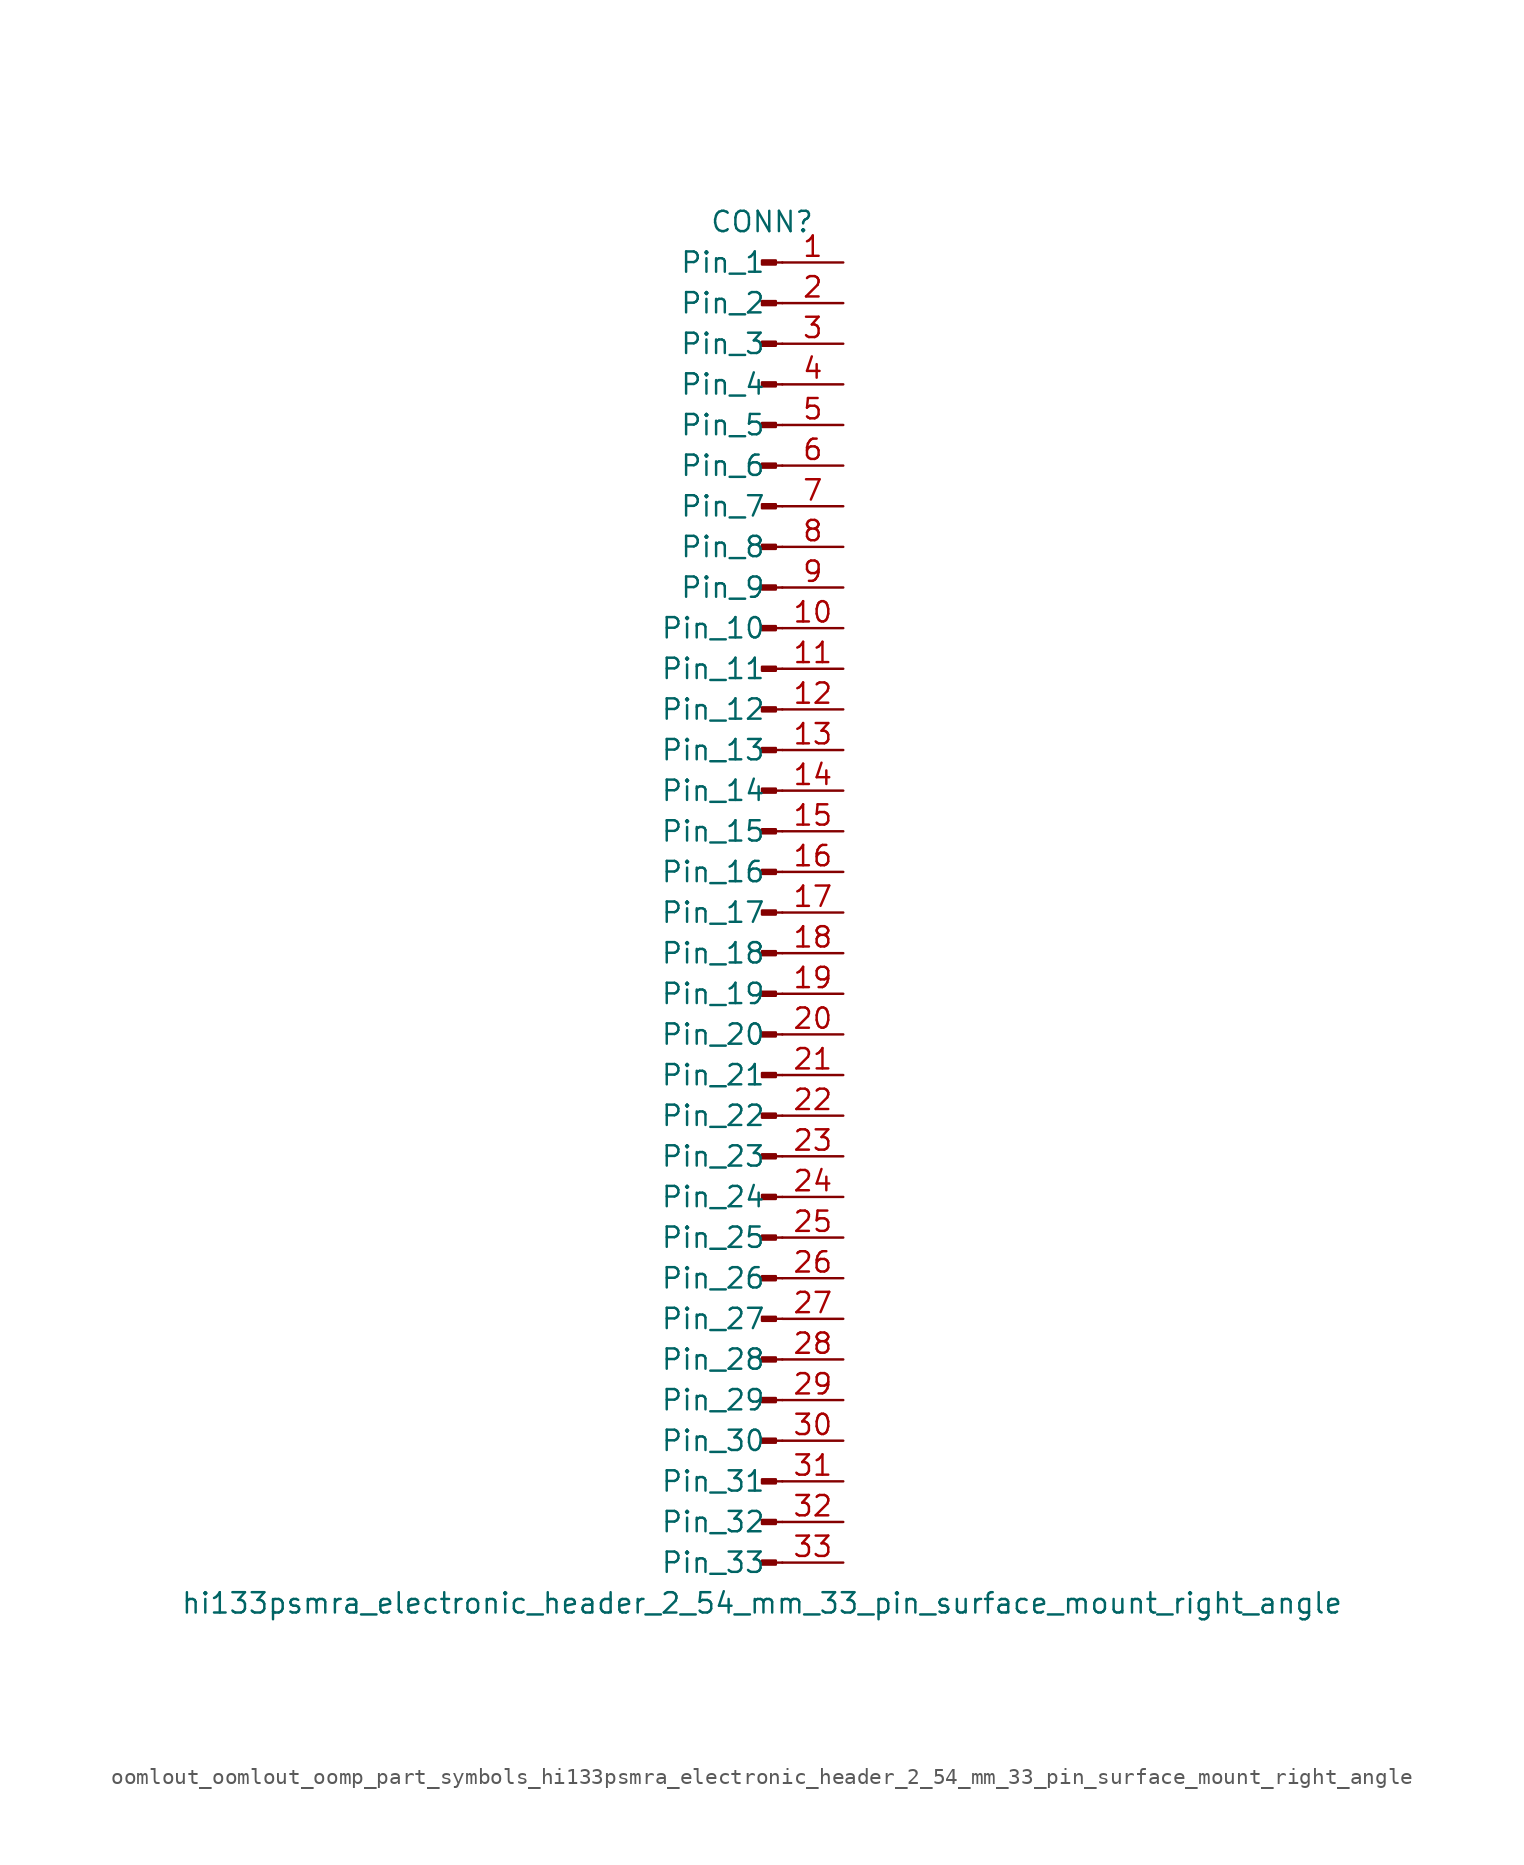
<source format=kicad_sym>
(kicad_symbol_lib
  (version 20220914)
  (generator kicad_symbol_editor)
  (symbol "oomlout_oomlout_oomp_part_symbols_hi133psmra_electronic_header_2_54_mm_33_pin_surface_mount_right_angle"
    (pin_names
      (offset 1.016))
    (property "Reference" "CONN"
      (at 0 43.18 0)
      (effects (font (size 1.27 1.27))))
    (property "Value" "hi133psmra_electronic_header_2_54_mm_33_pin_surface_mount_right_angle"
      (at 0 -43.18 0)
      (effects (font (size 1.27 1.27))))
    (property "ki_locked" ""
      (at 0 0 0)
      (effects (font (size 1.27 1.27))))
    (symbol "oomlout_oomlout_oomp_part_symbols_hi133psmra_electronic_header_2_54_mm_33_pin_surface_mount_right_angle_1_1"
      (polyline (pts (xy 1.27 -40.64) (xy 0.864 -40.64)) (stroke (width 0.152) (type default)) (fill (type none)))
      (polyline (pts (xy 1.27 -38.1) (xy 0.864 -38.1)) (stroke (width 0.152) (type default)) (fill (type none)))
      (polyline (pts (xy 1.27 -35.56) (xy 0.864 -35.56)) (stroke (width 0.152) (type default)) (fill (type none)))
      (polyline (pts (xy 1.27 -33.02) (xy 0.864 -33.02)) (stroke (width 0.152) (type default)) (fill (type none)))
      (polyline (pts (xy 1.27 -30.48) (xy 0.864 -30.48)) (stroke (width 0.152) (type default)) (fill (type none)))
      (polyline (pts (xy 1.27 -27.94) (xy 0.864 -27.94)) (stroke (width 0.152) (type default)) (fill (type none)))
      (polyline (pts (xy 1.27 -25.4) (xy 0.864 -25.4)) (stroke (width 0.152) (type default)) (fill (type none)))
      (polyline (pts (xy 1.27 -22.86) (xy 0.864 -22.86)) (stroke (width 0.152) (type default)) (fill (type none)))
      (polyline (pts (xy 1.27 -20.32) (xy 0.864 -20.32)) (stroke (width 0.152) (type default)) (fill (type none)))
      (polyline (pts (xy 1.27 -17.78) (xy 0.864 -17.78)) (stroke (width 0.152) (type default)) (fill (type none)))
      (polyline (pts (xy 1.27 -15.24) (xy 0.864 -15.24)) (stroke (width 0.152) (type default)) (fill (type none)))
      (polyline (pts (xy 1.27 -12.7) (xy 0.864 -12.7)) (stroke (width 0.152) (type default)) (fill (type none)))
      (polyline (pts (xy 1.27 -10.16) (xy 0.864 -10.16)) (stroke (width 0.152) (type default)) (fill (type none)))
      (polyline (pts (xy 1.27 -7.62) (xy 0.864 -7.62)) (stroke (width 0.152) (type default)) (fill (type none)))
      (polyline (pts (xy 1.27 -5.08) (xy 0.864 -5.08)) (stroke (width 0.152) (type default)) (fill (type none)))
      (polyline (pts (xy 1.27 -2.54) (xy 0.864 -2.54)) (stroke (width 0.152) (type default)) (fill (type none)))
      (polyline (pts (xy 1.27 0) (xy 0.864 0)) (stroke (width 0.152) (type default)) (fill (type none)))
      (polyline (pts (xy 1.27 2.54) (xy 0.864 2.54)) (stroke (width 0.152) (type default)) (fill (type none)))
      (polyline (pts (xy 1.27 5.08) (xy 0.864 5.08)) (stroke (width 0.152) (type default)) (fill (type none)))
      (polyline (pts (xy 1.27 7.62) (xy 0.864 7.62)) (stroke (width 0.152) (type default)) (fill (type none)))
      (polyline (pts (xy 1.27 10.16) (xy 0.864 10.16)) (stroke (width 0.152) (type default)) (fill (type none)))
      (polyline (pts (xy 1.27 12.7) (xy 0.864 12.7)) (stroke (width 0.152) (type default)) (fill (type none)))
      (polyline (pts (xy 1.27 15.24) (xy 0.864 15.24)) (stroke (width 0.152) (type default)) (fill (type none)))
      (polyline (pts (xy 1.27 17.78) (xy 0.864 17.78)) (stroke (width 0.152) (type default)) (fill (type none)))
      (polyline (pts (xy 1.27 20.32) (xy 0.864 20.32)) (stroke (width 0.152) (type default)) (fill (type none)))
      (polyline (pts (xy 1.27 22.86) (xy 0.864 22.86)) (stroke (width 0.152) (type default)) (fill (type none)))
      (polyline (pts (xy 1.27 25.4) (xy 0.864 25.4)) (stroke (width 0.152) (type default)) (fill (type none)))
      (polyline (pts (xy 1.27 27.94) (xy 0.864 27.94)) (stroke (width 0.152) (type default)) (fill (type none)))
      (polyline (pts (xy 1.27 30.48) (xy 0.864 30.48)) (stroke (width 0.152) (type default)) (fill (type none)))
      (polyline (pts (xy 1.27 33.02) (xy 0.864 33.02)) (stroke (width 0.152) (type default)) (fill (type none)))
      (polyline (pts (xy 1.27 35.56) (xy 0.864 35.56)) (stroke (width 0.152) (type default)) (fill (type none)))
      (polyline (pts (xy 1.27 38.1) (xy 0.864 38.1)) (stroke (width 0.152) (type default)) (fill (type none)))
      (polyline (pts (xy 1.27 40.64) (xy 0.864 40.64)) (stroke (width 0.152) (type default)) (fill (type none)))
      (rectangle (start 0.864 -40.513) (end 0 -40.767) (stroke (width 0.152) (type default)) (fill (type outline)))
      (rectangle (start 0.864 -37.973) (end 0 -38.227) (stroke (width 0.152) (type default)) (fill (type outline)))
      (rectangle (start 0.864 -35.433) (end 0 -35.687) (stroke (width 0.152) (type default)) (fill (type outline)))
      (rectangle (start 0.864 -32.893) (end 0 -33.147) (stroke (width 0.152) (type default)) (fill (type outline)))
      (rectangle (start 0.864 -30.353) (end 0 -30.607) (stroke (width 0.152) (type default)) (fill (type outline)))
      (rectangle (start 0.864 -27.813) (end 0 -28.067) (stroke (width 0.152) (type default)) (fill (type outline)))
      (rectangle (start 0.864 -25.273) (end 0 -25.527) (stroke (width 0.152) (type default)) (fill (type outline)))
      (rectangle (start 0.864 -22.733) (end 0 -22.987) (stroke (width 0.152) (type default)) (fill (type outline)))
      (rectangle (start 0.864 -20.193) (end 0 -20.447) (stroke (width 0.152) (type default)) (fill (type outline)))
      (rectangle (start 0.864 -17.653) (end 0 -17.907) (stroke (width 0.152) (type default)) (fill (type outline)))
      (rectangle (start 0.864 -15.113) (end 0 -15.367) (stroke (width 0.152) (type default)) (fill (type outline)))
      (rectangle (start 0.864 -12.573) (end 0 -12.827) (stroke (width 0.152) (type default)) (fill (type outline)))
      (rectangle (start 0.864 -10.033) (end 0 -10.287) (stroke (width 0.152) (type default)) (fill (type outline)))
      (rectangle (start 0.864 -7.493) (end 0 -7.747) (stroke (width 0.152) (type default)) (fill (type outline)))
      (rectangle (start 0.864 -4.953) (end 0 -5.207) (stroke (width 0.152) (type default)) (fill (type outline)))
      (rectangle (start 0.864 -2.413) (end 0 -2.667) (stroke (width 0.152) (type default)) (fill (type outline)))
      (rectangle (start 0.864 0.127) (end 0 -0.127) (stroke (width 0.152) (type default)) (fill (type outline)))
      (rectangle (start 0.864 2.667) (end 0 2.413) (stroke (width 0.152) (type default)) (fill (type outline)))
      (rectangle (start 0.864 5.207) (end 0 4.953) (stroke (width 0.152) (type default)) (fill (type outline)))
      (rectangle (start 0.864 7.747) (end 0 7.493) (stroke (width 0.152) (type default)) (fill (type outline)))
      (rectangle (start 0.864 10.287) (end 0 10.033) (stroke (width 0.152) (type default)) (fill (type outline)))
      (rectangle (start 0.864 12.827) (end 0 12.573) (stroke (width 0.152) (type default)) (fill (type outline)))
      (rectangle (start 0.864 15.367) (end 0 15.113) (stroke (width 0.152) (type default)) (fill (type outline)))
      (rectangle (start 0.864 17.907) (end 0 17.653) (stroke (width 0.152) (type default)) (fill (type outline)))
      (rectangle (start 0.864 20.447) (end 0 20.193) (stroke (width 0.152) (type default)) (fill (type outline)))
      (rectangle (start 0.864 22.987) (end 0 22.733) (stroke (width 0.152) (type default)) (fill (type outline)))
      (rectangle (start 0.864 25.527) (end 0 25.273) (stroke (width 0.152) (type default)) (fill (type outline)))
      (rectangle (start 0.864 28.067) (end 0 27.813) (stroke (width 0.152) (type default)) (fill (type outline)))
      (rectangle (start 0.864 30.607) (end 0 30.353) (stroke (width 0.152) (type default)) (fill (type outline)))
      (rectangle (start 0.864 33.147) (end 0 32.893) (stroke (width 0.152) (type default)) (fill (type outline)))
      (rectangle (start 0.864 35.687) (end 0 35.433) (stroke (width 0.152) (type default)) (fill (type outline)))
      (rectangle (start 0.864 38.227) (end 0 37.973) (stroke (width 0.152) (type default)) (fill (type outline)))
      (rectangle (start 0.864 40.767) (end 0 40.513) (stroke (width 0.152) (type default)) (fill (type outline)))
      (pin passive line (at 5.08 40.64 180) (length 3.81) (name "Pin_1" (effects (font (size 1.27 1.27)))) (number "1" (effects (font (size 1.27 1.27)))))
      (pin passive line (at 5.08 17.78 180) (length 3.81) (name "Pin_10" (effects (font (size 1.27 1.27)))) (number "10" (effects (font (size 1.27 1.27)))))
      (pin passive line (at 5.08 15.24 180) (length 3.81) (name "Pin_11" (effects (font (size 1.27 1.27)))) (number "11" (effects (font (size 1.27 1.27)))))
      (pin passive line (at 5.08 12.7 180) (length 3.81) (name "Pin_12" (effects (font (size 1.27 1.27)))) (number "12" (effects (font (size 1.27 1.27)))))
      (pin passive line (at 5.08 10.16 180) (length 3.81) (name "Pin_13" (effects (font (size 1.27 1.27)))) (number "13" (effects (font (size 1.27 1.27)))))
      (pin passive line (at 5.08 7.62 180) (length 3.81) (name "Pin_14" (effects (font (size 1.27 1.27)))) (number "14" (effects (font (size 1.27 1.27)))))
      (pin passive line (at 5.08 5.08 180) (length 3.81) (name "Pin_15" (effects (font (size 1.27 1.27)))) (number "15" (effects (font (size 1.27 1.27)))))
      (pin passive line (at 5.08 2.54 180) (length 3.81) (name "Pin_16" (effects (font (size 1.27 1.27)))) (number "16" (effects (font (size 1.27 1.27)))))
      (pin passive line (at 5.08 0 180) (length 3.81) (name "Pin_17" (effects (font (size 1.27 1.27)))) (number "17" (effects (font (size 1.27 1.27)))))
      (pin passive line (at 5.08 -2.54 180) (length 3.81) (name "Pin_18" (effects (font (size 1.27 1.27)))) (number "18" (effects (font (size 1.27 1.27)))))
      (pin passive line (at 5.08 -5.08 180) (length 3.81) (name "Pin_19" (effects (font (size 1.27 1.27)))) (number "19" (effects (font (size 1.27 1.27)))))
      (pin passive line (at 5.08 38.1 180) (length 3.81) (name "Pin_2" (effects (font (size 1.27 1.27)))) (number "2" (effects (font (size 1.27 1.27)))))
      (pin passive line (at 5.08 -7.62 180) (length 3.81) (name "Pin_20" (effects (font (size 1.27 1.27)))) (number "20" (effects (font (size 1.27 1.27)))))
      (pin passive line (at 5.08 -10.16 180) (length 3.81) (name "Pin_21" (effects (font (size 1.27 1.27)))) (number "21" (effects (font (size 1.27 1.27)))))
      (pin passive line (at 5.08 -12.7 180) (length 3.81) (name "Pin_22" (effects (font (size 1.27 1.27)))) (number "22" (effects (font (size 1.27 1.27)))))
      (pin passive line (at 5.08 -15.24 180) (length 3.81) (name "Pin_23" (effects (font (size 1.27 1.27)))) (number "23" (effects (font (size 1.27 1.27)))))
      (pin passive line (at 5.08 -17.78 180) (length 3.81) (name "Pin_24" (effects (font (size 1.27 1.27)))) (number "24" (effects (font (size 1.27 1.27)))))
      (pin passive line (at 5.08 -20.32 180) (length 3.81) (name "Pin_25" (effects (font (size 1.27 1.27)))) (number "25" (effects (font (size 1.27 1.27)))))
      (pin passive line (at 5.08 -22.86 180) (length 3.81) (name "Pin_26" (effects (font (size 1.27 1.27)))) (number "26" (effects (font (size 1.27 1.27)))))
      (pin passive line (at 5.08 -25.4 180) (length 3.81) (name "Pin_27" (effects (font (size 1.27 1.27)))) (number "27" (effects (font (size 1.27 1.27)))))
      (pin passive line (at 5.08 -27.94 180) (length 3.81) (name "Pin_28" (effects (font (size 1.27 1.27)))) (number "28" (effects (font (size 1.27 1.27)))))
      (pin passive line (at 5.08 -30.48 180) (length 3.81) (name "Pin_29" (effects (font (size 1.27 1.27)))) (number "29" (effects (font (size 1.27 1.27)))))
      (pin passive line (at 5.08 35.56 180) (length 3.81) (name "Pin_3" (effects (font (size 1.27 1.27)))) (number "3" (effects (font (size 1.27 1.27)))))
      (pin passive line (at 5.08 -33.02 180) (length 3.81) (name "Pin_30" (effects (font (size 1.27 1.27)))) (number "30" (effects (font (size 1.27 1.27)))))
      (pin passive line (at 5.08 -35.56 180) (length 3.81) (name "Pin_31" (effects (font (size 1.27 1.27)))) (number "31" (effects (font (size 1.27 1.27)))))
      (pin passive line (at 5.08 -38.1 180) (length 3.81) (name "Pin_32" (effects (font (size 1.27 1.27)))) (number "32" (effects (font (size 1.27 1.27)))))
      (pin passive line (at 5.08 -40.64 180) (length 3.81) (name "Pin_33" (effects (font (size 1.27 1.27)))) (number "33" (effects (font (size 1.27 1.27)))))
      (pin passive line (at 5.08 33.02 180) (length 3.81) (name "Pin_4" (effects (font (size 1.27 1.27)))) (number "4" (effects (font (size 1.27 1.27)))))
      (pin passive line (at 5.08 30.48 180) (length 3.81) (name "Pin_5" (effects (font (size 1.27 1.27)))) (number "5" (effects (font (size 1.27 1.27)))))
      (pin passive line (at 5.08 27.94 180) (length 3.81) (name "Pin_6" (effects (font (size 1.27 1.27)))) (number "6" (effects (font (size 1.27 1.27)))))
      (pin passive line (at 5.08 25.4 180) (length 3.81) (name "Pin_7" (effects (font (size 1.27 1.27)))) (number "7" (effects (font (size 1.27 1.27)))))
      (pin passive line (at 5.08 22.86 180) (length 3.81) (name "Pin_8" (effects (font (size 1.27 1.27)))) (number "8" (effects (font (size 1.27 1.27)))))
      (pin passive line (at 5.08 20.32 180) (length 3.81) (name "Pin_9" (effects (font (size 1.27 1.27)))) (number "9" (effects (font (size 1.27 1.27))))))))
</source>
